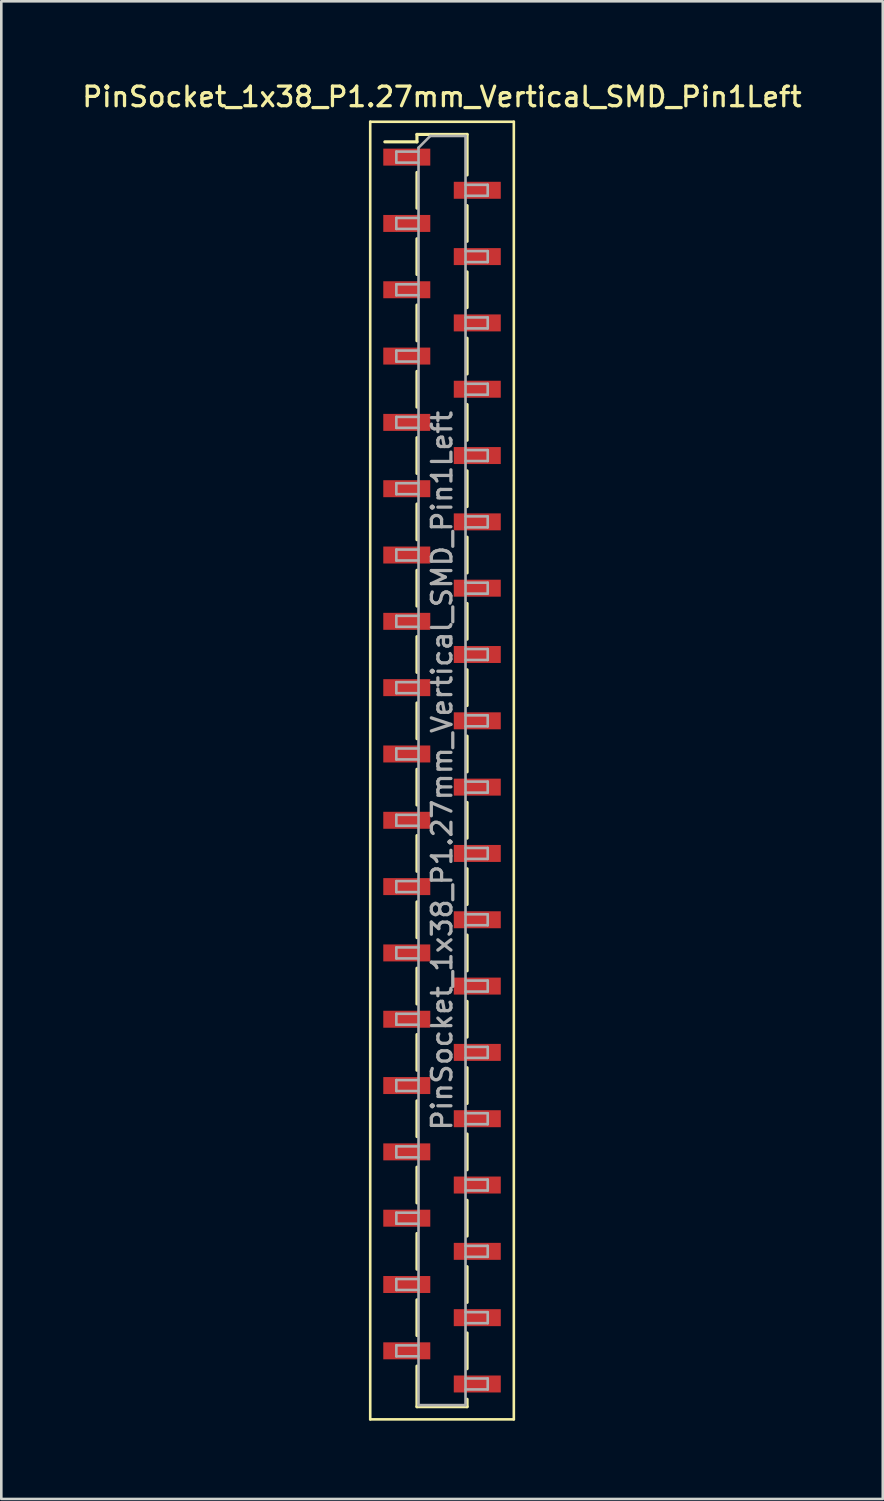
<source format=kicad_pcb>
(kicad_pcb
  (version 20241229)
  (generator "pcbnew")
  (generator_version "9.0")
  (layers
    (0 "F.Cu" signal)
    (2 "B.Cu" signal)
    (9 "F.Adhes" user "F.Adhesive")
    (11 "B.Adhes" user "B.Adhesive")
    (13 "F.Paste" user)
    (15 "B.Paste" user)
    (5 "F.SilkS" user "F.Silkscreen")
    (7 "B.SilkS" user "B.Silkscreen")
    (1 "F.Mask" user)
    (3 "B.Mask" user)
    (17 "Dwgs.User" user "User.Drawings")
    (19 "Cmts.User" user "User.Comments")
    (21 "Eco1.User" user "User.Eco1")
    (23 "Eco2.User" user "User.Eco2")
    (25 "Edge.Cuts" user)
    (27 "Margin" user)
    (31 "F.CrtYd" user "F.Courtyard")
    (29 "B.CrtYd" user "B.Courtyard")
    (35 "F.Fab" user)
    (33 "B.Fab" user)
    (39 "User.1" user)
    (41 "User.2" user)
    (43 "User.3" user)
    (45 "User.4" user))
  (footprint "PinSocket_1x38_P1.27mm_Vertical_SMD_Pin1Left"
    (layer "F.Cu")
    (at 13.88 26.463)
    (property "Reference" "PinSocket_1x38_P1.27mm_Vertical_SMD_Pin1Left" (at 0 -25.805 0) (layer "F.SilkS") (effects (font (size 0.75 0.75) (thickness 0.125))))
    (attr smd)
    (fp_line (start -2.75 -24.85) (end 2.75 -24.85) (stroke (width 0.1) (type solid)) (layer "F.SilkS"))
    (fp_line (start -2.75 24.85) (end -2.75 -24.85) (stroke (width 0.1) (type solid)) (layer "F.SilkS"))
    (fp_line (start -2.19 -24.08) (end -0.96 -24.08) (stroke (width 0.12) (type solid)) (layer "F.SilkS"))
    (fp_line (start -0.96 -24.365) (end -0.96 -24.08) (stroke (width 0.12) (type solid)) (layer "F.SilkS"))
    (fp_line (start -0.96 -24.365) (end 0.96 -24.365) (stroke (width 0.12) (type solid)) (layer "F.SilkS"))
    (fp_line (start -0.96 -22.91) (end -0.96 -21.54) (stroke (width 0.12) (type solid)) (layer "F.SilkS"))
    (fp_line (start -0.96 -20.37) (end -0.96 -19) (stroke (width 0.12) (type solid)) (layer "F.SilkS"))
    (fp_line (start -0.96 -17.83) (end -0.96 -16.46) (stroke (width 0.12) (type solid)) (layer "F.SilkS"))
    (fp_line (start -0.96 -15.29) (end -0.96 -13.92) (stroke (width 0.12) (type solid)) (layer "F.SilkS"))
    (fp_line (start -0.96 -12.75) (end -0.96 -11.38) (stroke (width 0.12) (type solid)) (layer "F.SilkS"))
    (fp_line (start -0.96 -10.21) (end -0.96 -8.84) (stroke (width 0.12) (type solid)) (layer "F.SilkS"))
    (fp_line (start -0.96 -7.67) (end -0.96 -6.3) (stroke (width 0.12) (type solid)) (layer "F.SilkS"))
    (fp_line (start -0.96 -5.13) (end -0.96 -3.76) (stroke (width 0.12) (type solid)) (layer "F.SilkS"))
    (fp_line (start -0.96 -2.59) (end -0.96 -1.22) (stroke (width 0.12) (type solid)) (layer "F.SilkS"))
    (fp_line (start -0.96 -0.05) (end -0.96 1.32) (stroke (width 0.12) (type solid)) (layer "F.SilkS"))
    (fp_line (start -0.96 2.49) (end -0.96 3.86) (stroke (width 0.12) (type solid)) (layer "F.SilkS"))
    (fp_line (start -0.96 5.03) (end -0.96 6.4) (stroke (width 0.12) (type solid)) (layer "F.SilkS"))
    (fp_line (start -0.96 7.57) (end -0.96 8.94) (stroke (width 0.12) (type solid)) (layer "F.SilkS"))
    (fp_line (start -0.96 10.11) (end -0.96 11.48) (stroke (width 0.12) (type solid)) (layer "F.SilkS"))
    (fp_line (start -0.96 12.65) (end -0.96 14.02) (stroke (width 0.12) (type solid)) (layer "F.SilkS"))
    (fp_line (start -0.96 15.19) (end -0.96 16.56) (stroke (width 0.12) (type solid)) (layer "F.SilkS"))
    (fp_line (start -0.96 17.73) (end -0.96 19.1) (stroke (width 0.12) (type solid)) (layer "F.SilkS"))
    (fp_line (start -0.96 20.27) (end -0.96 21.64) (stroke (width 0.12) (type solid)) (layer "F.SilkS"))
    (fp_line (start -0.96 22.81) (end -0.96 24.365) (stroke (width 0.12) (type solid)) (layer "F.SilkS"))
    (fp_line (start -0.96 24.365) (end 0.96 24.365) (stroke (width 0.12) (type solid)) (layer "F.SilkS"))
    (fp_line (start 0.96 -24.365) (end 0.96 -22.81) (stroke (width 0.12) (type solid)) (layer "F.SilkS"))
    (fp_line (start 0.96 -21.64) (end 0.96 -20.27) (stroke (width 0.12) (type solid)) (layer "F.SilkS"))
    (fp_line (start 0.96 -19.1) (end 0.96 -17.73) (stroke (width 0.12) (type solid)) (layer "F.SilkS"))
    (fp_line (start 0.96 -16.56) (end 0.96 -15.19) (stroke (width 0.12) (type solid)) (layer "F.SilkS"))
    (fp_line (start 0.96 -14.02) (end 0.96 -12.65) (stroke (width 0.12) (type solid)) (layer "F.SilkS"))
    (fp_line (start 0.96 -11.48) (end 0.96 -10.11) (stroke (width 0.12) (type solid)) (layer "F.SilkS"))
    (fp_line (start 0.96 -8.94) (end 0.96 -7.57) (stroke (width 0.12) (type solid)) (layer "F.SilkS"))
    (fp_line (start 0.96 -6.4) (end 0.96 -5.03) (stroke (width 0.12) (type solid)) (layer "F.SilkS"))
    (fp_line (start 0.96 -3.86) (end 0.96 -2.49) (stroke (width 0.12) (type solid)) (layer "F.SilkS"))
    (fp_line (start 0.96 -1.32) (end 0.96 0.05) (stroke (width 0.12) (type solid)) (layer "F.SilkS"))
    (fp_line (start 0.96 1.22) (end 0.96 2.59) (stroke (width 0.12) (type solid)) (layer "F.SilkS"))
    (fp_line (start 0.96 3.76) (end 0.96 5.13) (stroke (width 0.12) (type solid)) (layer "F.SilkS"))
    (fp_line (start 0.96 6.3) (end 0.96 7.67) (stroke (width 0.12) (type solid)) (layer "F.SilkS"))
    (fp_line (start 0.96 8.84) (end 0.96 10.21) (stroke (width 0.12) (type solid)) (layer "F.SilkS"))
    (fp_line (start 0.96 11.38) (end 0.96 12.75) (stroke (width 0.12) (type solid)) (layer "F.SilkS"))
    (fp_line (start 0.96 13.92) (end 0.96 15.29) (stroke (width 0.12) (type solid)) (layer "F.SilkS"))
    (fp_line (start 0.96 16.46) (end 0.96 17.83) (stroke (width 0.12) (type solid)) (layer "F.SilkS"))
    (fp_line (start 0.96 19) (end 0.96 20.37) (stroke (width 0.12) (type solid)) (layer "F.SilkS"))
    (fp_line (start 0.96 21.54) (end 0.96 22.91) (stroke (width 0.12) (type solid)) (layer "F.SilkS"))
    (fp_line (start 0.96 24.08) (end 0.96 24.365) (stroke (width 0.12) (type solid)) (layer "F.SilkS"))
    (fp_line (start 2.75 -24.85) (end 2.75 24.85) (stroke (width 0.1) (type solid)) (layer "F.SilkS"))
    (fp_line (start 2.75 24.85) (end -2.75 24.85) (stroke (width 0.1) (type solid)) (layer "F.SilkS"))
    (fp_line (start -1.75 -23.705) (end -0.9 -23.705) (stroke (width 0.1) (type solid)) (layer "F.Fab"))
    (fp_line (start -1.75 -23.285) (end -1.75 -23.705) (stroke (width 0.1) (type solid)) (layer "F.Fab"))
    (fp_line (start -1.75 -21.165) (end -0.9 -21.165) (stroke (width 0.1) (type solid)) (layer "F.Fab"))
    (fp_line (start -1.75 -20.745) (end -1.75 -21.165) (stroke (width 0.1) (type solid)) (layer "F.Fab"))
    (fp_line (start -1.75 -18.625) (end -0.9 -18.625) (stroke (width 0.1) (type solid)) (layer "F.Fab"))
    (fp_line (start -1.75 -18.205) (end -1.75 -18.625) (stroke (width 0.1) (type solid)) (layer "F.Fab"))
    (fp_line (start -1.75 -16.085) (end -0.9 -16.085) (stroke (width 0.1) (type solid)) (layer "F.Fab"))
    (fp_line (start -1.75 -15.665) (end -1.75 -16.085) (stroke (width 0.1) (type solid)) (layer "F.Fab"))
    (fp_line (start -1.75 -13.545) (end -0.9 -13.545) (stroke (width 0.1) (type solid)) (layer "F.Fab"))
    (fp_line (start -1.75 -13.125) (end -1.75 -13.545) (stroke (width 0.1) (type solid)) (layer "F.Fab"))
    (fp_line (start -1.75 -11.005) (end -0.9 -11.005) (stroke (width 0.1) (type solid)) (layer "F.Fab"))
    (fp_line (start -1.75 -10.585) (end -1.75 -11.005) (stroke (width 0.1) (type solid)) (layer "F.Fab"))
    (fp_line (start -1.75 -8.465) (end -0.9 -8.465) (stroke (width 0.1) (type solid)) (layer "F.Fab"))
    (fp_line (start -1.75 -8.045) (end -1.75 -8.465) (stroke (width 0.1) (type solid)) (layer "F.Fab"))
    (fp_line (start -1.75 -5.925) (end -0.9 -5.925) (stroke (width 0.1) (type solid)) (layer "F.Fab"))
    (fp_line (start -1.75 -5.505) (end -1.75 -5.925) (stroke (width 0.1) (type solid)) (layer "F.Fab"))
    (fp_line (start -1.75 -3.385) (end -0.9 -3.385) (stroke (width 0.1) (type solid)) (layer "F.Fab"))
    (fp_line (start -1.75 -2.965) (end -1.75 -3.385) (stroke (width 0.1) (type solid)) (layer "F.Fab"))
    (fp_line (start -1.75 -0.845) (end -0.9 -0.845) (stroke (width 0.1) (type solid)) (layer "F.Fab"))
    (fp_line (start -1.75 -0.425) (end -1.75 -0.845) (stroke (width 0.1) (type solid)) (layer "F.Fab"))
    (fp_line (start -1.75 1.695) (end -0.9 1.695) (stroke (width 0.1) (type solid)) (layer "F.Fab"))
    (fp_line (start -1.75 2.115) (end -1.75 1.695) (stroke (width 0.1) (type solid)) (layer "F.Fab"))
    (fp_line (start -1.75 4.235) (end -0.9 4.235) (stroke (width 0.1) (type solid)) (layer "F.Fab"))
    (fp_line (start -1.75 4.655) (end -1.75 4.235) (stroke (width 0.1) (type solid)) (layer "F.Fab"))
    (fp_line (start -1.75 6.775) (end -0.9 6.775) (stroke (width 0.1) (type solid)) (layer "F.Fab"))
    (fp_line (start -1.75 7.195) (end -1.75 6.775) (stroke (width 0.1) (type solid)) (layer "F.Fab"))
    (fp_line (start -1.75 9.315) (end -0.9 9.315) (stroke (width 0.1) (type solid)) (layer "F.Fab"))
    (fp_line (start -1.75 9.735) (end -1.75 9.315) (stroke (width 0.1) (type solid)) (layer "F.Fab"))
    (fp_line (start -1.75 11.855) (end -0.9 11.855) (stroke (width 0.1) (type solid)) (layer "F.Fab"))
    (fp_line (start -1.75 12.275) (end -1.75 11.855) (stroke (width 0.1) (type solid)) (layer "F.Fab"))
    (fp_line (start -1.75 14.395) (end -0.9 14.395) (stroke (width 0.1) (type solid)) (layer "F.Fab"))
    (fp_line (start -1.75 14.815) (end -1.75 14.395) (stroke (width 0.1) (type solid)) (layer "F.Fab"))
    (fp_line (start -1.75 16.935) (end -0.9 16.935) (stroke (width 0.1) (type solid)) (layer "F.Fab"))
    (fp_line (start -1.75 17.355) (end -1.75 16.935) (stroke (width 0.1) (type solid)) (layer "F.Fab"))
    (fp_line (start -1.75 19.475) (end -0.9 19.475) (stroke (width 0.1) (type solid)) (layer "F.Fab"))
    (fp_line (start -1.75 19.895) (end -1.75 19.475) (stroke (width 0.1) (type solid)) (layer "F.Fab"))
    (fp_line (start -1.75 22.015) (end -0.9 22.015) (stroke (width 0.1) (type solid)) (layer "F.Fab"))
    (fp_line (start -1.75 22.435) (end -1.75 22.015) (stroke (width 0.1) (type solid)) (layer "F.Fab"))
    (fp_line (start -0.9 -23.855) (end -0.45 -24.305) (stroke (width 0.1) (type solid)) (layer "F.Fab"))
    (fp_line (start -0.9 -23.285) (end -1.75 -23.285) (stroke (width 0.1) (type solid)) (layer "F.Fab"))
    (fp_line (start -0.9 -20.745) (end -1.75 -20.745) (stroke (width 0.1) (type solid)) (layer "F.Fab"))
    (fp_line (start -0.9 -18.205) (end -1.75 -18.205) (stroke (width 0.1) (type solid)) (layer "F.Fab"))
    (fp_line (start -0.9 -15.665) (end -1.75 -15.665) (stroke (width 0.1) (type solid)) (layer "F.Fab"))
    (fp_line (start -0.9 -13.125) (end -1.75 -13.125) (stroke (width 0.1) (type solid)) (layer "F.Fab"))
    (fp_line (start -0.9 -10.585) (end -1.75 -10.585) (stroke (width 0.1) (type solid)) (layer "F.Fab"))
    (fp_line (start -0.9 -8.045) (end -1.75 -8.045) (stroke (width 0.1) (type solid)) (layer "F.Fab"))
    (fp_line (start -0.9 -5.505) (end -1.75 -5.505) (stroke (width 0.1) (type solid)) (layer "F.Fab"))
    (fp_line (start -0.9 -2.965) (end -1.75 -2.965) (stroke (width 0.1) (type solid)) (layer "F.Fab"))
    (fp_line (start -0.9 -0.425) (end -1.75 -0.425) (stroke (width 0.1) (type solid)) (layer "F.Fab"))
    (fp_line (start -0.9 2.115) (end -1.75 2.115) (stroke (width 0.1) (type solid)) (layer "F.Fab"))
    (fp_line (start -0.9 4.655) (end -1.75 4.655) (stroke (width 0.1) (type solid)) (layer "F.Fab"))
    (fp_line (start -0.9 7.195) (end -1.75 7.195) (stroke (width 0.1) (type solid)) (layer "F.Fab"))
    (fp_line (start -0.9 9.735) (end -1.75 9.735) (stroke (width 0.1) (type solid)) (layer "F.Fab"))
    (fp_line (start -0.9 12.275) (end -1.75 12.275) (stroke (width 0.1) (type solid)) (layer "F.Fab"))
    (fp_line (start -0.9 14.815) (end -1.75 14.815) (stroke (width 0.1) (type solid)) (layer "F.Fab"))
    (fp_line (start -0.9 17.355) (end -1.75 17.355) (stroke (width 0.1) (type solid)) (layer "F.Fab"))
    (fp_line (start -0.9 19.895) (end -1.75 19.895) (stroke (width 0.1) (type solid)) (layer "F.Fab"))
    (fp_line (start -0.9 22.435) (end -1.75 22.435) (stroke (width 0.1) (type solid)) (layer "F.Fab"))
    (fp_line (start -0.9 24.305) (end -0.9 -23.855) (stroke (width 0.1) (type solid)) (layer "F.Fab"))
    (fp_line (start -0.45 -24.305) (end 0.9 -24.305) (stroke (width 0.1) (type solid)) (layer "F.Fab"))
    (fp_line (start 0.9 -24.305) (end 0.9 24.305) (stroke (width 0.1) (type solid)) (layer "F.Fab"))
    (fp_line (start 0.9 -22.435) (end 1.75 -22.435) (stroke (width 0.1) (type solid)) (layer "F.Fab"))
    (fp_line (start 0.9 -19.895) (end 1.75 -19.895) (stroke (width 0.1) (type solid)) (layer "F.Fab"))
    (fp_line (start 0.9 -17.355) (end 1.75 -17.355) (stroke (width 0.1) (type solid)) (layer "F.Fab"))
    (fp_line (start 0.9 -14.815) (end 1.75 -14.815) (stroke (width 0.1) (type solid)) (layer "F.Fab"))
    (fp_line (start 0.9 -12.275) (end 1.75 -12.275) (stroke (width 0.1) (type solid)) (layer "F.Fab"))
    (fp_line (start 0.9 -9.735) (end 1.75 -9.735) (stroke (width 0.1) (type solid)) (layer "F.Fab"))
    (fp_line (start 0.9 -7.195) (end 1.75 -7.195) (stroke (width 0.1) (type solid)) (layer "F.Fab"))
    (fp_line (start 0.9 -4.655) (end 1.75 -4.655) (stroke (width 0.1) (type solid)) (layer "F.Fab"))
    (fp_line (start 0.9 -2.115) (end 1.75 -2.115) (stroke (width 0.1) (type solid)) (layer "F.Fab"))
    (fp_line (start 0.9 0.425) (end 1.75 0.425) (stroke (width 0.1) (type solid)) (layer "F.Fab"))
    (fp_line (start 0.9 2.965) (end 1.75 2.965) (stroke (width 0.1) (type solid)) (layer "F.Fab"))
    (fp_line (start 0.9 5.505) (end 1.75 5.505) (stroke (width 0.1) (type solid)) (layer "F.Fab"))
    (fp_line (start 0.9 8.045) (end 1.75 8.045) (stroke (width 0.1) (type solid)) (layer "F.Fab"))
    (fp_line (start 0.9 10.585) (end 1.75 10.585) (stroke (width 0.1) (type solid)) (layer "F.Fab"))
    (fp_line (start 0.9 13.125) (end 1.75 13.125) (stroke (width 0.1) (type solid)) (layer "F.Fab"))
    (fp_line (start 0.9 15.665) (end 1.75 15.665) (stroke (width 0.1) (type solid)) (layer "F.Fab"))
    (fp_line (start 0.9 18.205) (end 1.75 18.205) (stroke (width 0.1) (type solid)) (layer "F.Fab"))
    (fp_line (start 0.9 20.745) (end 1.75 20.745) (stroke (width 0.1) (type solid)) (layer "F.Fab"))
    (fp_line (start 0.9 23.285) (end 1.75 23.285) (stroke (width 0.1) (type solid)) (layer "F.Fab"))
    (fp_line (start 0.9 24.305) (end -0.9 24.305) (stroke (width 0.1) (type solid)) (layer "F.Fab"))
    (fp_line (start 1.75 -22.435) (end 1.75 -22.015) (stroke (width 0.1) (type solid)) (layer "F.Fab"))
    (fp_line (start 1.75 -22.015) (end 0.9 -22.015) (stroke (width 0.1) (type solid)) (layer "F.Fab"))
    (fp_line (start 1.75 -19.895) (end 1.75 -19.475) (stroke (width 0.1) (type solid)) (layer "F.Fab"))
    (fp_line (start 1.75 -19.475) (end 0.9 -19.475) (stroke (width 0.1) (type solid)) (layer "F.Fab"))
    (fp_line (start 1.75 -17.355) (end 1.75 -16.935) (stroke (width 0.1) (type solid)) (layer "F.Fab"))
    (fp_line (start 1.75 -16.935) (end 0.9 -16.935) (stroke (width 0.1) (type solid)) (layer "F.Fab"))
    (fp_line (start 1.75 -14.815) (end 1.75 -14.395) (stroke (width 0.1) (type solid)) (layer "F.Fab"))
    (fp_line (start 1.75 -14.395) (end 0.9 -14.395) (stroke (width 0.1) (type solid)) (layer "F.Fab"))
    (fp_line (start 1.75 -12.275) (end 1.75 -11.855) (stroke (width 0.1) (type solid)) (layer "F.Fab"))
    (fp_line (start 1.75 -11.855) (end 0.9 -11.855) (stroke (width 0.1) (type solid)) (layer "F.Fab"))
    (fp_line (start 1.75 -9.735) (end 1.75 -9.315) (stroke (width 0.1) (type solid)) (layer "F.Fab"))
    (fp_line (start 1.75 -9.315) (end 0.9 -9.315) (stroke (width 0.1) (type solid)) (layer "F.Fab"))
    (fp_line (start 1.75 -7.195) (end 1.75 -6.775) (stroke (width 0.1) (type solid)) (layer "F.Fab"))
    (fp_line (start 1.75 -6.775) (end 0.9 -6.775) (stroke (width 0.1) (type solid)) (layer "F.Fab"))
    (fp_line (start 1.75 -4.655) (end 1.75 -4.235) (stroke (width 0.1) (type solid)) (layer "F.Fab"))
    (fp_line (start 1.75 -4.235) (end 0.9 -4.235) (stroke (width 0.1) (type solid)) (layer "F.Fab"))
    (fp_line (start 1.75 -2.115) (end 1.75 -1.695) (stroke (width 0.1) (type solid)) (layer "F.Fab"))
    (fp_line (start 1.75 -1.695) (end 0.9 -1.695) (stroke (width 0.1) (type solid)) (layer "F.Fab"))
    (fp_line (start 1.75 0.425) (end 1.75 0.845) (stroke (width 0.1) (type solid)) (layer "F.Fab"))
    (fp_line (start 1.75 0.845) (end 0.9 0.845) (stroke (width 0.1) (type solid)) (layer "F.Fab"))
    (fp_line (start 1.75 2.965) (end 1.75 3.385) (stroke (width 0.1) (type solid)) (layer "F.Fab"))
    (fp_line (start 1.75 3.385) (end 0.9 3.385) (stroke (width 0.1) (type solid)) (layer "F.Fab"))
    (fp_line (start 1.75 5.505) (end 1.75 5.925) (stroke (width 0.1) (type solid)) (layer "F.Fab"))
    (fp_line (start 1.75 5.925) (end 0.9 5.925) (stroke (width 0.1) (type solid)) (layer "F.Fab"))
    (fp_line (start 1.75 8.045) (end 1.75 8.465) (stroke (width 0.1) (type solid)) (layer "F.Fab"))
    (fp_line (start 1.75 8.465) (end 0.9 8.465) (stroke (width 0.1) (type solid)) (layer "F.Fab"))
    (fp_line (start 1.75 10.585) (end 1.75 11.005) (stroke (width 0.1) (type solid)) (layer "F.Fab"))
    (fp_line (start 1.75 11.005) (end 0.9 11.005) (stroke (width 0.1) (type solid)) (layer "F.Fab"))
    (fp_line (start 1.75 13.125) (end 1.75 13.545) (stroke (width 0.1) (type solid)) (layer "F.Fab"))
    (fp_line (start 1.75 13.545) (end 0.9 13.545) (stroke (width 0.1) (type solid)) (layer "F.Fab"))
    (fp_line (start 1.75 15.665) (end 1.75 16.085) (stroke (width 0.1) (type solid)) (layer "F.Fab"))
    (fp_line (start 1.75 16.085) (end 0.9 16.085) (stroke (width 0.1) (type solid)) (layer "F.Fab"))
    (fp_line (start 1.75 18.205) (end 1.75 18.625) (stroke (width 0.1) (type solid)) (layer "F.Fab"))
    (fp_line (start 1.75 18.625) (end 0.9 18.625) (stroke (width 0.1) (type solid)) (layer "F.Fab"))
    (fp_line (start 1.75 20.745) (end 1.75 21.165) (stroke (width 0.1) (type solid)) (layer "F.Fab"))
    (fp_line (start 1.75 21.165) (end 0.9 21.165) (stroke (width 0.1) (type solid)) (layer "F.Fab"))
    (fp_line (start 1.75 23.285) (end 1.75 23.705) (stroke (width 0.1) (type solid)) (layer "F.Fab"))
    (fp_line (start 1.75 23.705) (end 0.9 23.705) (stroke (width 0.1) (type solid)) (layer "F.Fab"))
    (fp_text user "${REFERENCE}" (at 0 0 90) (layer "F.Fab") (effects (font (size 0.75 0.75) (thickness 0.125))))
    (pad "1" smd rect (at -1.35 -23.495) (size 1.8 0.65) (layers "F.Cu" "F.Mask" "F.Paste"))
    (pad "2" smd rect (at 1.35 -22.225) (size 1.8 0.65) (layers "F.Cu" "F.Mask" "F.Paste"))
    (pad "3" smd rect (at -1.35 -20.955) (size 1.8 0.65) (layers "F.Cu" "F.Mask" "F.Paste"))
    (pad "4" smd rect (at 1.35 -19.685) (size 1.8 0.65) (layers "F.Cu" "F.Mask" "F.Paste"))
    (pad "5" smd rect (at -1.35 -18.415) (size 1.8 0.65) (layers "F.Cu" "F.Mask" "F.Paste"))
    (pad "6" smd rect (at 1.35 -17.145) (size 1.8 0.65) (layers "F.Cu" "F.Mask" "F.Paste"))
    (pad "7" smd rect (at -1.35 -15.875) (size 1.8 0.65) (layers "F.Cu" "F.Mask" "F.Paste"))
    (pad "8" smd rect (at 1.35 -14.605) (size 1.8 0.65) (layers "F.Cu" "F.Mask" "F.Paste"))
    (pad "9" smd rect (at -1.35 -13.335) (size 1.8 0.65) (layers "F.Cu" "F.Mask" "F.Paste"))
    (pad "10" smd rect (at 1.35 -12.065) (size 1.8 0.65) (layers "F.Cu" "F.Mask" "F.Paste"))
    (pad "11" smd rect (at -1.35 -10.795) (size 1.8 0.65) (layers "F.Cu" "F.Mask" "F.Paste"))
    (pad "12" smd rect (at 1.35 -9.525) (size 1.8 0.65) (layers "F.Cu" "F.Mask" "F.Paste"))
    (pad "13" smd rect (at -1.35 -8.255) (size 1.8 0.65) (layers "F.Cu" "F.Mask" "F.Paste"))
    (pad "14" smd rect (at 1.35 -6.985) (size 1.8 0.65) (layers "F.Cu" "F.Mask" "F.Paste"))
    (pad "15" smd rect (at -1.35 -5.715) (size 1.8 0.65) (layers "F.Cu" "F.Mask" "F.Paste"))
    (pad "16" smd rect (at 1.35 -4.445) (size 1.8 0.65) (layers "F.Cu" "F.Mask" "F.Paste"))
    (pad "17" smd rect (at -1.35 -3.175) (size 1.8 0.65) (layers "F.Cu" "F.Mask" "F.Paste"))
    (pad "18" smd rect (at 1.35 -1.905) (size 1.8 0.65) (layers "F.Cu" "F.Mask" "F.Paste"))
    (pad "19" smd rect (at -1.35 -0.635) (size 1.8 0.65) (layers "F.Cu" "F.Mask" "F.Paste"))
    (pad "20" smd rect (at 1.35 0.635) (size 1.8 0.65) (layers "F.Cu" "F.Mask" "F.Paste"))
    (pad "21" smd rect (at -1.35 1.905) (size 1.8 0.65) (layers "F.Cu" "F.Mask" "F.Paste"))
    (pad "22" smd rect (at 1.35 3.175) (size 1.8 0.65) (layers "F.Cu" "F.Mask" "F.Paste"))
    (pad "23" smd rect (at -1.35 4.445) (size 1.8 0.65) (layers "F.Cu" "F.Mask" "F.Paste"))
    (pad "24" smd rect (at 1.35 5.715) (size 1.8 0.65) (layers "F.Cu" "F.Mask" "F.Paste"))
    (pad "25" smd rect (at -1.35 6.985) (size 1.8 0.65) (layers "F.Cu" "F.Mask" "F.Paste"))
    (pad "26" smd rect (at 1.35 8.255) (size 1.8 0.65) (layers "F.Cu" "F.Mask" "F.Paste"))
    (pad "27" smd rect (at -1.35 9.525) (size 1.8 0.65) (layers "F.Cu" "F.Mask" "F.Paste"))
    (pad "28" smd rect (at 1.35 10.795) (size 1.8 0.65) (layers "F.Cu" "F.Mask" "F.Paste"))
    (pad "29" smd rect (at -1.35 12.065) (size 1.8 0.65) (layers "F.Cu" "F.Mask" "F.Paste"))
    (pad "30" smd rect (at 1.35 13.335) (size 1.8 0.65) (layers "F.Cu" "F.Mask" "F.Paste"))
    (pad "31" smd rect (at -1.35 14.605) (size 1.8 0.65) (layers "F.Cu" "F.Mask" "F.Paste"))
    (pad "32" smd rect (at 1.35 15.875) (size 1.8 0.65) (layers "F.Cu" "F.Mask" "F.Paste"))
    (pad "33" smd rect (at -1.35 17.145) (size 1.8 0.65) (layers "F.Cu" "F.Mask" "F.Paste"))
    (pad "34" smd rect (at 1.35 18.415) (size 1.8 0.65) (layers "F.Cu" "F.Mask" "F.Paste"))
    (pad "35" smd rect (at -1.35 19.685) (size 1.8 0.65) (layers "F.Cu" "F.Mask" "F.Paste"))
    (pad "36" smd rect (at 1.35 20.955) (size 1.8 0.65) (layers "F.Cu" "F.Mask" "F.Paste"))
    (pad "37" smd rect (at -1.35 22.225) (size 1.8 0.65) (layers "F.Cu" "F.Mask" "F.Paste"))
    (pad "38" smd rect (at 1.35 23.495) (size 1.8 0.65) (layers "F.Cu" "F.Mask" "F.Paste")))
  (gr_rect
    (start -3 -3)
    (end 30.761 54.363)
    (stroke (width 0.1) (type default))
    (fill no)
    (layer "Edge.Cuts")))
</source>
